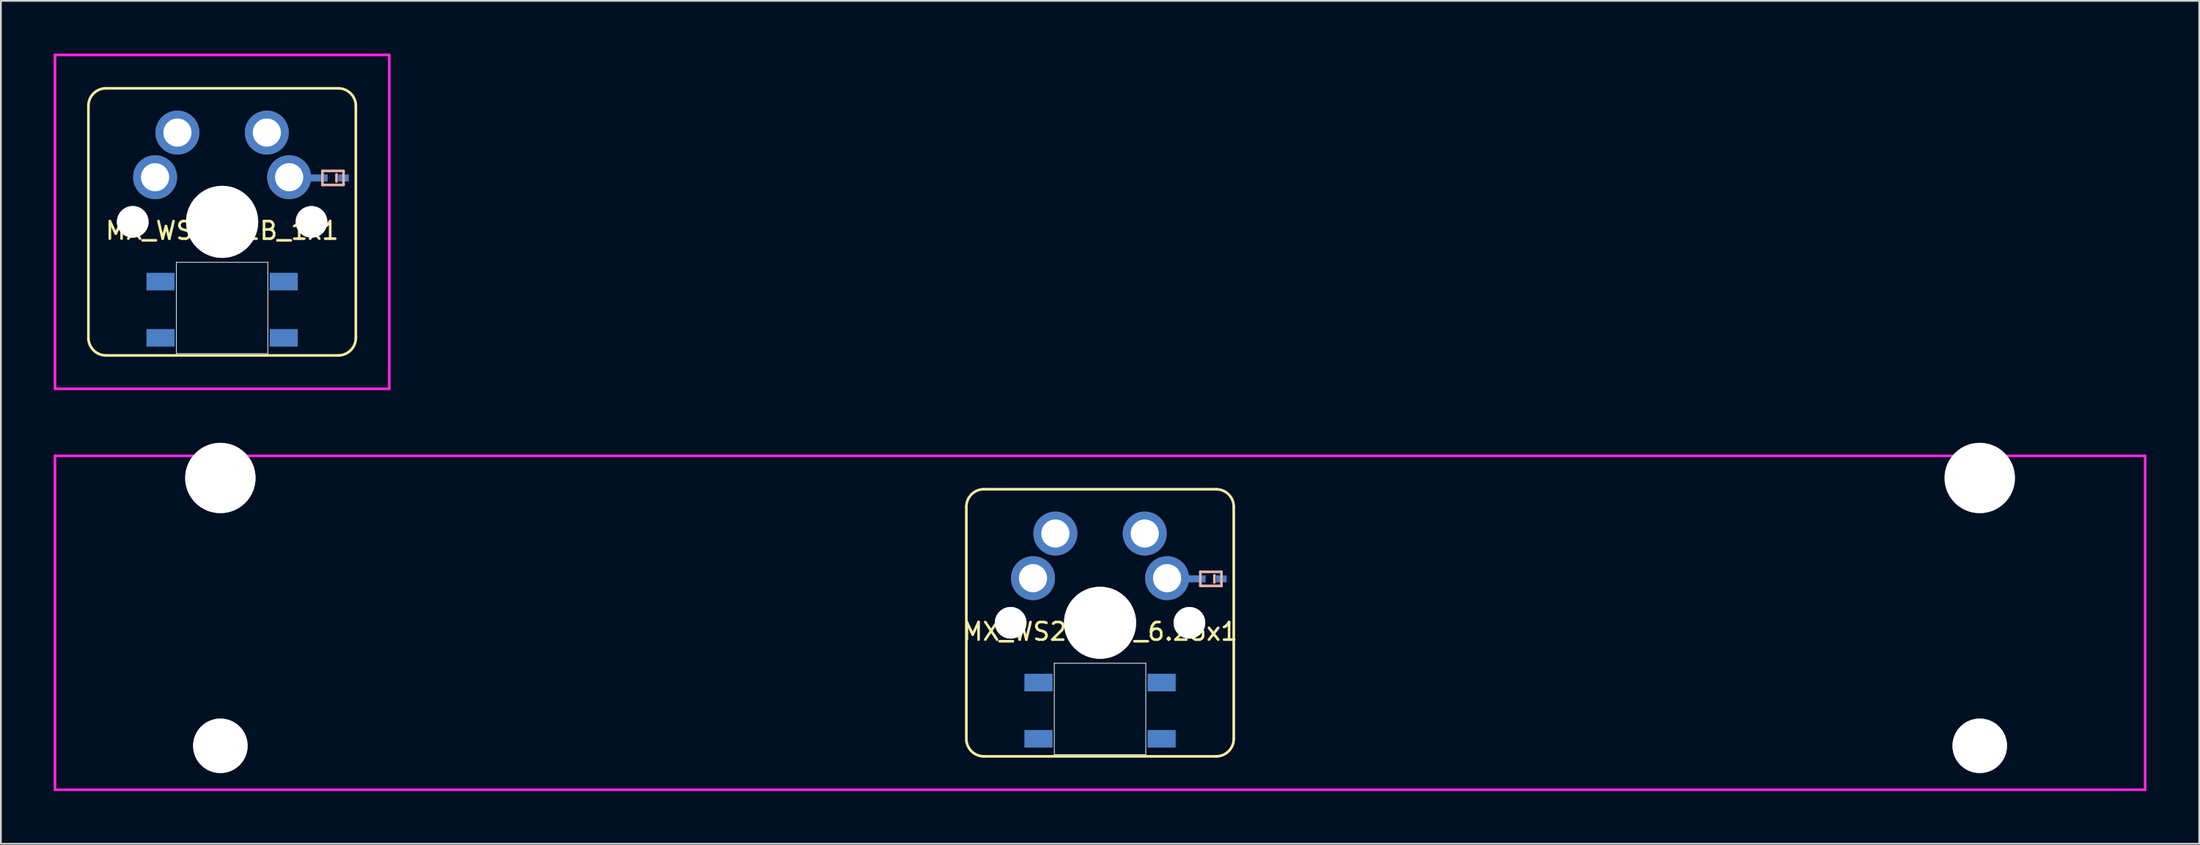
<source format=kicad_pcb>
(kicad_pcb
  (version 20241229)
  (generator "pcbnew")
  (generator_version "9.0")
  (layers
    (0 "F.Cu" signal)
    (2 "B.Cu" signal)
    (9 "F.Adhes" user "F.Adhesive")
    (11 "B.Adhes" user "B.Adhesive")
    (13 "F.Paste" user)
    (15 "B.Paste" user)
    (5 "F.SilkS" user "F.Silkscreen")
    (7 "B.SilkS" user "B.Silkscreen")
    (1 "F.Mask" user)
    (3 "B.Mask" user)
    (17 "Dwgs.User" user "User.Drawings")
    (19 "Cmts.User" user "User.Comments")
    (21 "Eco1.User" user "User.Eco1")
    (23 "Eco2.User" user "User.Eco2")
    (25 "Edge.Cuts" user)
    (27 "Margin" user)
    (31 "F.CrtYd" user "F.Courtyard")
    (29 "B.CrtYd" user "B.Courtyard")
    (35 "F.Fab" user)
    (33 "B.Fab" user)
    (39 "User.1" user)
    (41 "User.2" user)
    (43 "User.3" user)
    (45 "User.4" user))
  (footprint "MX_WS2812B_1x1"
    (layer "F.Cu")
    (at 9.575 9.575)
    (property "Reference" "MX_WS2812B_1x1" (at 0 0.5 0) (layer "F.SilkS") (effects (font (size 1 1) (thickness 0.15))))
    (attr through_hole)
    (fp_line (start -7.6 6.7) (end -7.6 -6.6) (stroke (width 0.15) (type solid)) (layer "F.SilkS"))
    (fp_line (start -6.6 -7.6) (end 6.6 -7.6) (stroke (width 0.15) (type solid)) (layer "F.SilkS"))
    (fp_line (start 6.6 7.6) (end -6.6 7.6) (stroke (width 0.15) (type solid)) (layer "F.SilkS"))
    (fp_line (start 7.6 -6.6) (end 7.6 6.6) (stroke (width 0.15) (type solid)) (layer "F.SilkS"))
    (fp_arc (start -7.6 -6.6) (mid -7.307107 -7.307107) (end -6.6 -7.6) (stroke (width 0.15) (type solid)) (layer "F.SilkS"))
    (fp_arc (start -6.6 7.6) (mid -7.271005 7.341453) (end -7.595037 6.699504) (stroke (width 0.15) (type solid)) (layer "F.SilkS"))
    (fp_arc (start 6.6 -7.6) (mid 7.307107 -7.307107) (end 7.6 -6.6) (stroke (width 0.15) (type solid)) (layer "F.SilkS"))
    (fp_arc (start 7.6 6.6) (mid 7.307107 7.307107) (end 6.6 7.6) (stroke (width 0.15) (type solid)) (layer "F.SilkS"))
    (fp_line (start 5.7 -2.9) (end 5.7 -2.1) (stroke (width 0.15) (type solid)) (layer "B.SilkS"))
    (fp_line (start 5.7 -2.9) (end 6.9 -2.9) (stroke (width 0.15) (type solid)) (layer "B.SilkS"))
    (fp_line (start 5.7 -2.1) (end 6.9 -2.1) (stroke (width 0.15) (type solid)) (layer "B.SilkS"))
    (fp_line (start 6.5 -2.7) (end 6.5 -2.3) (stroke (width 0.15) (type solid)) (layer "B.SilkS"))
    (fp_line (start 6.9 -2.1) (end 6.9 -2.9) (stroke (width 0.15) (type solid)) (layer "B.SilkS"))
    (fp_line (start -2.6 2.3) (end -2.6 7.5) (stroke (width 0.05) (type solid)) (layer "Edge.Cuts"))
    (fp_line (start -2.6 7.5) (end 2.6 7.5) (stroke (width 0.05) (type solid)) (layer "Edge.Cuts"))
    (fp_line (start 2.6 2.3) (end -2.6 2.3) (stroke (width 0.05) (type solid)) (layer "Edge.Cuts"))
    (fp_line (start 2.6 7.5) (end 2.6 2.3) (stroke (width 0.05) (type solid)) (layer "Edge.Cuts"))
    (fp_line (start -9.5 -9.5) (end 9.5 -9.5) (stroke (width 0.15) (type solid)) (layer "F.CrtYd"))
    (fp_line (start -9.5 9.5) (end -9.5 -9.5) (stroke (width 0.15) (type solid)) (layer "F.CrtYd"))
    (fp_line (start 9.5 -9.5) (end 9.5 9.5) (stroke (width 0.15) (type solid)) (layer "F.CrtYd"))
    (fp_line (start 9.5 9.5) (end -9.5 9.5) (stroke (width 0.15) (type solid)) (layer "F.CrtYd"))
    (pad "" thru_hole circle (at -5.08 0) (size 1.8 1.8) (drill 1.8) (layers "*.Cu" "*.Mask"))
    (pad "" thru_hole circle (at 0 0) (size 4.1 4.1) (drill 4.1) (layers "*.Cu" "*.Mask"))
    (pad "" thru_hole circle (at 2.54 -5.08) (size 2.5 2.5) (drill 1.6) (layers "*.Cu" "*.Mask"))
    (pad "" thru_hole circle (at 3.81 -2.54) (size 2.5 2.5) (drill 1.6) (layers "*.Cu" "*.Mask"))
    (pad "" thru_hole circle (at 5.08 0) (size 1.8 1.8) (drill 1.8) (layers "*.Cu" "*.Mask"))
    (pad "" smd rect (at 5.3 -2.5) (size 1.4 0.4) (layers "B.Cu" "B.Mask" "B.Paste"))
    (pad "C" thru_hole circle (at -3.81 -2.54) (size 2.5 2.5) (drill 1.6) (layers "*.Cu" "*.Mask"))
    (pad "C" thru_hole circle (at -2.54 -5.08) (size 2.5 2.5) (drill 1.6) (layers "*.Cu" "*.Mask"))
    (pad "DIN" smd rect (at 3.5 3.4) (size 1.6 1) (layers "B.Cu" "B.Mask" "B.Paste"))
    (pad "DOUT" smd rect (at -3.5 6.6) (size 1.6 1) (layers "B.Cu" "B.Mask" "B.Paste"))
    (pad "R" smd rect (at 6.9 -2.5) (size 0.6 0.4) (layers "B.Cu" "B.Mask" "B.Paste"))
    (pad "VDD" smd rect (at -3.5 3.4) (size 1.6 1) (layers "B.Cu" "B.Mask" "B.Paste"))
    (pad "VSS" smd rect (at 3.5 6.6) (size 1.6 1) (layers "B.Cu" "B.Mask" "B.Paste")))
  (footprint "MX_WS2812B_6.25x1"
    (layer "F.Cu")
    (at 59.475 32.39)
    (property "Reference" "MX_WS2812B_6.25x1" (at 0 0.5 0) (layer "F.SilkS") (effects (font (size 1 1) (thickness 0.15))))
    (attr through_hole)
    (fp_line (start -7.6 6.7) (end -7.6 -6.6) (stroke (width 0.15) (type solid)) (layer "F.SilkS"))
    (fp_line (start -6.6 -7.6) (end 6.6 -7.6) (stroke (width 0.15) (type solid)) (layer "F.SilkS"))
    (fp_line (start 6.6 7.6) (end -6.6 7.6) (stroke (width 0.15) (type solid)) (layer "F.SilkS"))
    (fp_line (start 7.6 -6.6) (end 7.6 6.6) (stroke (width 0.15) (type solid)) (layer "F.SilkS"))
    (fp_arc (start -7.6 -6.6) (mid -7.307107 -7.307107) (end -6.6 -7.6) (stroke (width 0.15) (type solid)) (layer "F.SilkS"))
    (fp_arc (start -6.6 7.6) (mid -7.271005 7.341453) (end -7.595037 6.699504) (stroke (width 0.15) (type solid)) (layer "F.SilkS"))
    (fp_arc (start 6.6 -7.6) (mid 7.307107 -7.307107) (end 7.6 -6.6) (stroke (width 0.15) (type solid)) (layer "F.SilkS"))
    (fp_arc (start 7.6 6.6) (mid 7.307107 7.307107) (end 6.6 7.6) (stroke (width 0.15) (type solid)) (layer "F.SilkS"))
    (fp_line (start 5.7 -2.9) (end 5.7 -2.1) (stroke (width 0.15) (type solid)) (layer "B.SilkS"))
    (fp_line (start 5.7 -2.9) (end 6.9 -2.9) (stroke (width 0.15) (type solid)) (layer "B.SilkS"))
    (fp_line (start 5.7 -2.1) (end 6.9 -2.1) (stroke (width 0.15) (type solid)) (layer "B.SilkS"))
    (fp_line (start 6.5 -2.7) (end 6.5 -2.3) (stroke (width 0.15) (type solid)) (layer "B.SilkS"))
    (fp_line (start 6.9 -2.1) (end 6.9 -2.9) (stroke (width 0.15) (type solid)) (layer "B.SilkS"))
    (fp_line (start -2.6 2.3) (end -2.6 7.5) (stroke (width 0.05) (type solid)) (layer "Edge.Cuts"))
    (fp_line (start -2.6 7.5) (end 2.6 7.5) (stroke (width 0.05) (type solid)) (layer "Edge.Cuts"))
    (fp_line (start 2.6 2.3) (end -2.6 2.3) (stroke (width 0.05) (type solid)) (layer "Edge.Cuts"))
    (fp_line (start 2.6 7.5) (end 2.6 2.3) (stroke (width 0.05) (type solid)) (layer "Edge.Cuts"))
    (fp_line (start -59.4 -9.5) (end 59.4 -9.5) (stroke (width 0.15) (type solid)) (layer "F.CrtYd"))
    (fp_line (start -59.4 9.5) (end -59.4 -9.5) (stroke (width 0.15) (type solid)) (layer "F.CrtYd"))
    (fp_line (start 59.4 -9.5) (end 59.4 9.5) (stroke (width 0.15) (type solid)) (layer "F.CrtYd"))
    (fp_line (start 59.4 9.5) (end -59.4 9.5) (stroke (width 0.15) (type solid)) (layer "F.CrtYd"))
    (pad "" thru_hole circle (at -50 -8.24 180) (size 4 4) (drill 4) (layers "*.Cu" "*.Mask"))
    (pad "" thru_hole circle (at -50 7 180) (size 3.1 3.1) (drill 3.1) (layers "*.Cu" "*.Mask"))
    (pad "" thru_hole circle (at -5.08 0) (size 1.8 1.8) (drill 1.8) (layers "*.Cu" "*.Mask"))
    (pad "" thru_hole circle (at 0 0) (size 4.1 4.1) (drill 4.1) (layers "*.Cu" "*.Mask"))
    (pad "" thru_hole circle (at 2.54 -5.08) (size 2.5 2.5) (drill 1.6) (layers "*.Cu" "*.Mask"))
    (pad "" thru_hole circle (at 3.81 -2.54) (size 2.5 2.5) (drill 1.6) (layers "*.Cu" "*.Mask"))
    (pad "" thru_hole circle (at 5.08 0) (size 1.8 1.8) (drill 1.8) (layers "*.Cu" "*.Mask"))
    (pad "" smd rect (at 5.4 -2.5) (size 1.2 0.4) (layers "B.Cu" "B.Mask" "B.Paste"))
    (pad "" thru_hole circle (at 50 -8.24 180) (size 4 4) (drill 4) (layers "*.Cu" "*.Mask"))
    (pad "" thru_hole circle (at 50 7 180) (size 3.1 3.1) (drill 3.1) (layers "*.Cu" "*.Mask"))
    (pad "C" thru_hole circle (at -3.81 -2.54) (size 2.5 2.5) (drill 1.6) (layers "*.Cu" "*.Mask"))
    (pad "C" thru_hole circle (at -2.54 -5.08) (size 2.5 2.5) (drill 1.6) (layers "*.Cu" "*.Mask"))
    (pad "DIN" smd rect (at 3.5 3.4) (size 1.6 1) (layers "B.Cu" "B.Mask" "B.Paste"))
    (pad "DOUT" smd rect (at -3.5 6.6) (size 1.6 1) (layers "B.Cu" "B.Mask" "B.Paste"))
    (pad "R" smd rect (at 6.9 -2.5) (size 0.6 0.4) (layers "B.Cu" "B.Mask" "B.Paste"))
    (pad "VDD" smd rect (at -3.5 3.4) (size 1.6 1) (layers "B.Cu" "B.Mask" "B.Paste"))
    (pad "VSS" smd rect (at 3.5 6.6) (size 1.6 1) (layers "B.Cu" "B.Mask" "B.Paste")))
  (gr_rect
    (start -3 -3)
    (end 121.95 44.965)
    (stroke (width 0.1) (type default))
    (fill no)
    (layer "Edge.Cuts")))
</source>
